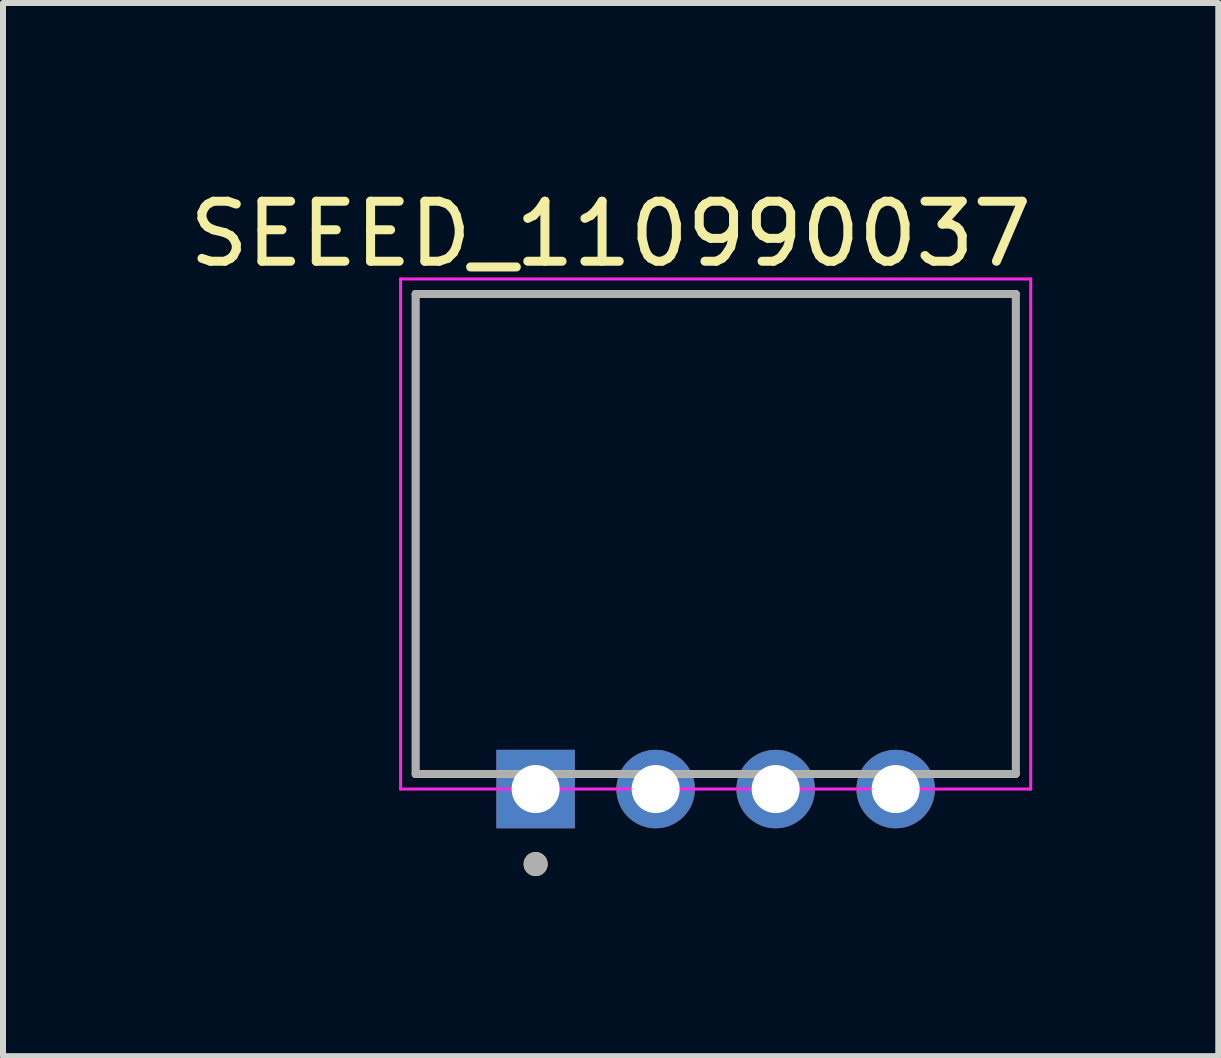
<source format=kicad_pcb>
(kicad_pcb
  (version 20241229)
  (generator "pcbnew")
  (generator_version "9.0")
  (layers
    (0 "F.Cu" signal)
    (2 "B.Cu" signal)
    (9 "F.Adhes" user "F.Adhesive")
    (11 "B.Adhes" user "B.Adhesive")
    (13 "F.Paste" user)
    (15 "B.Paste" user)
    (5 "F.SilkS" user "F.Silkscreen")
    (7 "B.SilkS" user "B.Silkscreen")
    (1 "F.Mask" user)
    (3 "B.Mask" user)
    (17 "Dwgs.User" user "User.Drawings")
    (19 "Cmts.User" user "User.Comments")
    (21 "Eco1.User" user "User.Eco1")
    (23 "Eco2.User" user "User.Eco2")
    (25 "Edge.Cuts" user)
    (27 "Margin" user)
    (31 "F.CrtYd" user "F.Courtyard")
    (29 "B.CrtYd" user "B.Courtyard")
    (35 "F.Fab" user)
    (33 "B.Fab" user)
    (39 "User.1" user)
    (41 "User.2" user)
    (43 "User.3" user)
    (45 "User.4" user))
  (footprint "SEEED_110990037"
    (layer "F.Cu")
    (at 8.875 10.098)
    (property "Reference" "SEEED_110990037" (at -1.75 -9.25 0) (unlocked yes) (layer "F.SilkS") (effects (font (size 1 1) (thickness 0.15))))
    (attr through_hole)
    (fp_line (start -5 -8.25) (end 5 -8.25) (stroke (width 0.127) (type solid)) (layer "F.SilkS"))
    (fp_line (start -5 -0.25) (end -5 -8.25) (stroke (width 0.127) (type solid)) (layer "F.SilkS"))
    (fp_line (start 5 -8.25) (end 5 -0.25) (stroke (width 0.127) (type solid)) (layer "F.SilkS"))
    (fp_line (start 5 -0.25) (end -5 -0.25) (stroke (width 0.127) (type solid)) (layer "F.SilkS"))
    (fp_circle (center -3 1.25) (end -2.9 1.25) (stroke (width 0.2) (type solid)) (fill no) (layer "F.SilkS"))
    (fp_line (start -5.25 -8.5) (end 5.25 -8.5) (stroke (width 0.05) (type solid)) (layer "F.CrtYd"))
    (fp_line (start -5.25 0) (end -5.25 -8.5) (stroke (width 0.05) (type solid)) (layer "F.CrtYd"))
    (fp_line (start 5.25 -8.5) (end 5.25 0) (stroke (width 0.05) (type solid)) (layer "F.CrtYd"))
    (fp_line (start 5.25 0) (end -5.25 0) (stroke (width 0.05) (type solid)) (layer "F.CrtYd"))
    (fp_line (start -5 -8.25) (end 5 -8.25) (stroke (width 0.127) (type solid)) (layer "F.Fab"))
    (fp_line (start -5 -0.25) (end -5 -8.25) (stroke (width 0.127) (type solid)) (layer "F.Fab"))
    (fp_line (start 5 -8.25) (end 5 -0.25) (stroke (width 0.127) (type solid)) (layer "F.Fab"))
    (fp_line (start 5 -0.25) (end -5 -0.25) (stroke (width 0.127) (type solid)) (layer "F.Fab"))
    (fp_circle (center -3 1.25) (end -2.9 1.25) (stroke (width 0.2) (type solid)) (fill no) (layer "F.Fab"))
    (pad "1" thru_hole rect (at -3 0) (size 1.308 1.308) (drill 0.8) (layers "*.Cu" "*.Mask"))
    (pad "2" thru_hole circle (at -1 0) (size 1.308 1.308) (drill 0.8) (layers "*.Cu" "*.Mask"))
    (pad "3" thru_hole circle (at 1 0) (size 1.308 1.308) (drill 0.8) (layers "*.Cu" "*.Mask"))
    (pad "4" thru_hole circle (at 3 0) (size 1.308 1.308) (drill 0.8) (layers "*.Cu" "*.Mask")))
  (gr_rect
    (start -3 -3)
    (end 17.25 14.548)
    (stroke (width 0.1) (type default))
    (fill no)
    (layer "Edge.Cuts")))
</source>
